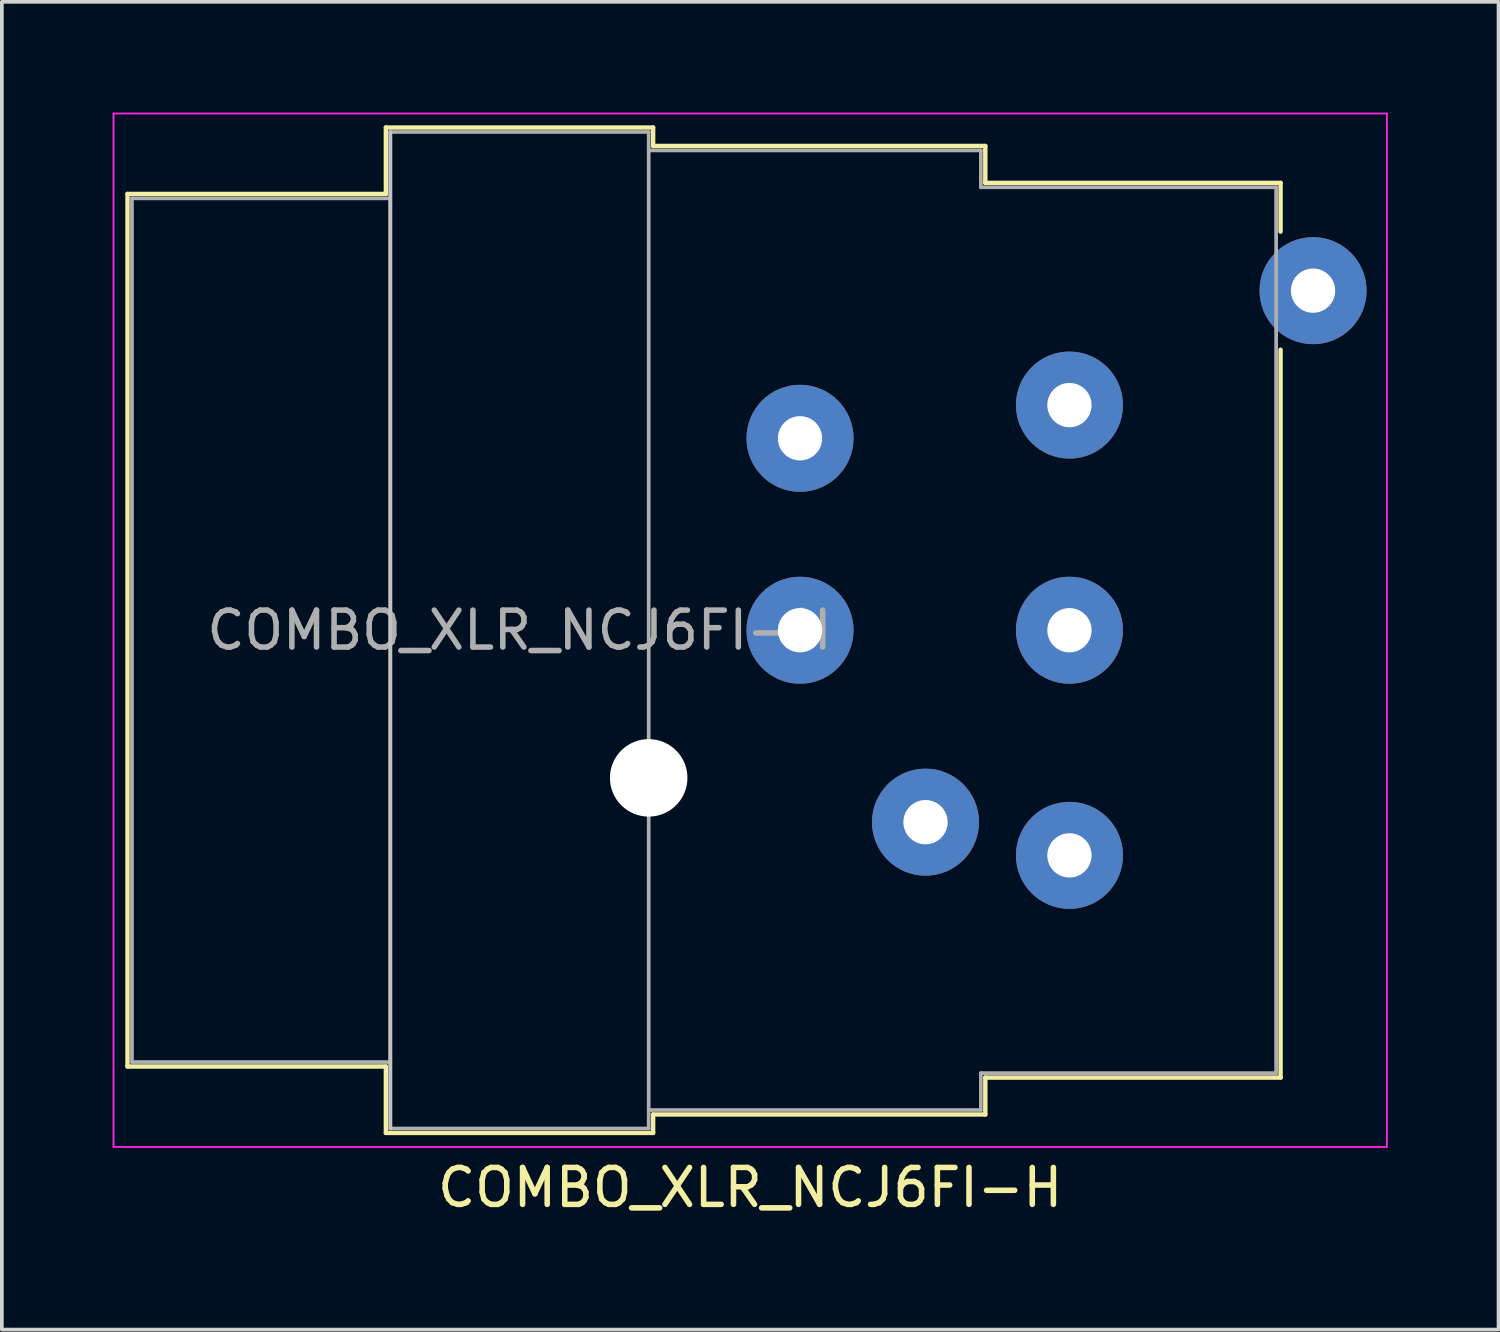
<source format=kicad_pcb>
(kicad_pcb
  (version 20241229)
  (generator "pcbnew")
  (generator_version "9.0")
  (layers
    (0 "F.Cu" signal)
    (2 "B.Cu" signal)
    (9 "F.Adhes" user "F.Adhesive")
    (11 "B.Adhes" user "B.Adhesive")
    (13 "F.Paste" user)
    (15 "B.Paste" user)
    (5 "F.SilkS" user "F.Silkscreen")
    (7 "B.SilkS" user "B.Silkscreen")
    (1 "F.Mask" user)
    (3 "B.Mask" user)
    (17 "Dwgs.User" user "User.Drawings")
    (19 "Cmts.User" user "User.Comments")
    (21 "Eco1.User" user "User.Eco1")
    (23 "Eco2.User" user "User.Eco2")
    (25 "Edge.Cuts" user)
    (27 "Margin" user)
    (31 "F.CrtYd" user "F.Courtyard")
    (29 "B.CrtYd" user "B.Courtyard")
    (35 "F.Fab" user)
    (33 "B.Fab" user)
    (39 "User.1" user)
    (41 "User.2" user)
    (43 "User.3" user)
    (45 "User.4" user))
  (footprint "COMBO_XLR_NCJ6FI-H"
    (layer "F.Cu")
    (at 7.525 14.025)
    (property "Reference" "COMBO_XLR_NCJ6FI-H" (at 9.75 15.1 180) (layer "F.SilkS") (effects (font (size 1 1) (thickness 0.15))))
    (attr through_hole)
    (fp_line (start -7.12 11.82) (end -7.12 -11.82) (stroke (width 0.12) (type solid)) (layer "F.SilkS"))
    (fp_line (start -0.12 -13.62) (end 7.12 -13.62) (stroke (width 0.12) (type solid)) (layer "F.SilkS"))
    (fp_line (start -0.12 -11.82) (end -7.12 -11.82) (stroke (width 0.12) (type solid)) (layer "F.SilkS"))
    (fp_line (start -0.12 -11.82) (end -0.12 -13.62) (stroke (width 0.12) (type solid)) (layer "F.SilkS"))
    (fp_line (start -0.12 11.82) (end -7.12 11.82) (stroke (width 0.12) (type solid)) (layer "F.SilkS"))
    (fp_line (start -0.12 13.62) (end -0.12 11.82) (stroke (width 0.12) (type solid)) (layer "F.SilkS"))
    (fp_line (start -0.12 13.62) (end 7.12 13.62) (stroke (width 0.12) (type solid)) (layer "F.SilkS"))
    (fp_line (start 7.12 -13.62) (end 7.12 -13.12) (stroke (width 0.12) (type solid)) (layer "F.SilkS"))
    (fp_line (start 7.12 -13.12) (end 16.12 -13.12) (stroke (width 0.12) (type solid)) (layer "F.SilkS"))
    (fp_line (start 7.12 13.12) (end 7.12 13.62) (stroke (width 0.12) (type solid)) (layer "F.SilkS"))
    (fp_line (start 7.12 13.12) (end 16.12 13.12) (stroke (width 0.12) (type solid)) (layer "F.SilkS"))
    (fp_line (start 16.12 -13.12) (end 16.12 -12.12) (stroke (width 0.12) (type solid)) (layer "F.SilkS"))
    (fp_line (start 16.12 -12.12) (end 24.12 -12.12) (stroke (width 0.12) (type solid)) (layer "F.SilkS"))
    (fp_line (start 16.12 12.12) (end 24.12 12.12) (stroke (width 0.12) (type solid)) (layer "F.SilkS"))
    (fp_line (start 16.12 13.12) (end 16.12 12.12) (stroke (width 0.12) (type solid)) (layer "F.SilkS"))
    (fp_line (start 24.12 -10.8) (end 24.12 -12.12) (stroke (width 0.12) (type solid)) (layer "F.SilkS"))
    (fp_line (start 24.12 12.12) (end 24.12 -7.6) (stroke (width 0.12) (type solid)) (layer "F.SilkS"))
    (fp_line (start 0 13.5) (end 0 -13.5) (stroke (width 0.1) (type solid)) (layer "Dwgs.User"))
    (fp_line (start -7.5 -14) (end 27 -14) (stroke (width 0.05) (type solid)) (layer "F.CrtYd"))
    (fp_line (start -7.5 14) (end -7.5 -14) (stroke (width 0.05) (type solid)) (layer "F.CrtYd"))
    (fp_line (start -7.5 14) (end 27 14) (stroke (width 0.05) (type solid)) (layer "F.CrtYd"))
    (fp_line (start 27 14) (end 27 -14) (stroke (width 0.05) (type solid)) (layer "F.CrtYd"))
    (fp_line (start -7 -11.7) (end 0 -11.7) (stroke (width 0.1) (type solid)) (layer "F.Fab"))
    (fp_line (start -7 11.7) (end -7 -11.7) (stroke (width 0.1) (type solid)) (layer "F.Fab"))
    (fp_line (start 0 -13.5) (end 7 -13.5) (stroke (width 0.1) (type solid)) (layer "F.Fab"))
    (fp_line (start 0 11.7) (end -7 11.7) (stroke (width 0.1) (type solid)) (layer "F.Fab"))
    (fp_line (start 0 13.5) (end 0 -13.5) (stroke (width 0.1) (type solid)) (layer "F.Fab"))
    (fp_line (start 7 -13.5) (end 7 13.5) (stroke (width 0.1) (type solid)) (layer "F.Fab"))
    (fp_line (start 7 13) (end 16 13) (stroke (width 0.1) (type solid)) (layer "F.Fab"))
    (fp_line (start 7 13.5) (end 0 13.5) (stroke (width 0.1) (type solid)) (layer "F.Fab"))
    (fp_line (start 16 -13) (end 7 -13) (stroke (width 0.1) (type solid)) (layer "F.Fab"))
    (fp_line (start 16 -12) (end 16 -13) (stroke (width 0.1) (type solid)) (layer "F.Fab"))
    (fp_line (start 16 12) (end 24 12) (stroke (width 0.1) (type solid)) (layer "F.Fab"))
    (fp_line (start 16 13) (end 16 12) (stroke (width 0.1) (type solid)) (layer "F.Fab"))
    (fp_line (start 24 -12) (end 16 -12) (stroke (width 0.1) (type solid)) (layer "F.Fab"))
    (fp_line (start 24 12) (end 24 -12) (stroke (width 0.1) (type solid)) (layer "F.Fab"))
    (fp_text user "${REFERENCE}" (at 3.5 0 180) (layer "F.Fab") (effects (font (size 1 1) (thickness 0.15))))
    (pad "" np_thru_hole circle (at 7 4 180) (size 2.1 2.1) (drill 2.1) (layers "*.Cu" "*.Mask"))
    (pad "1" thru_hole circle (at 18.4 6.1 180) (size 2.9 2.9) (drill 1.2) (layers "*.Cu" "*.Mask"))
    (pad "2" thru_hole circle (at 18.4 -6.1 180) (size 2.9 2.9) (drill 1.2) (layers "*.Cu" "*.Mask"))
    (pad "3" thru_hole circle (at 18.4 0 180) (size 2.9 2.9) (drill 1.2) (layers "*.Cu" "*.Mask"))
    (pad "G" thru_hole circle (at 11.1 0 180) (size 2.9 2.9) (drill 1.2) (layers "*.Cu" "*.Mask"))
    (pad "R" thru_hole circle (at 14.5 5.2 180) (size 2.9 2.9) (drill 1.2) (layers "*.Cu" "*.Mask"))
    (pad "S" thru_hole circle (at 11.1 -5.2 180) (size 2.9 2.9) (drill 1.2) (layers "*.Cu" "*.Mask"))
    (pad "T" thru_hole circle (at 25 -9.2 180) (size 2.9 2.9) (drill 1.2) (layers "*.Cu" "*.Mask")))
  (gr_rect
    (start -3 -3)
    (end 37.55 32.973)
    (stroke (width 0.1) (type default))
    (fill no)
    (layer "Edge.Cuts")))
</source>
